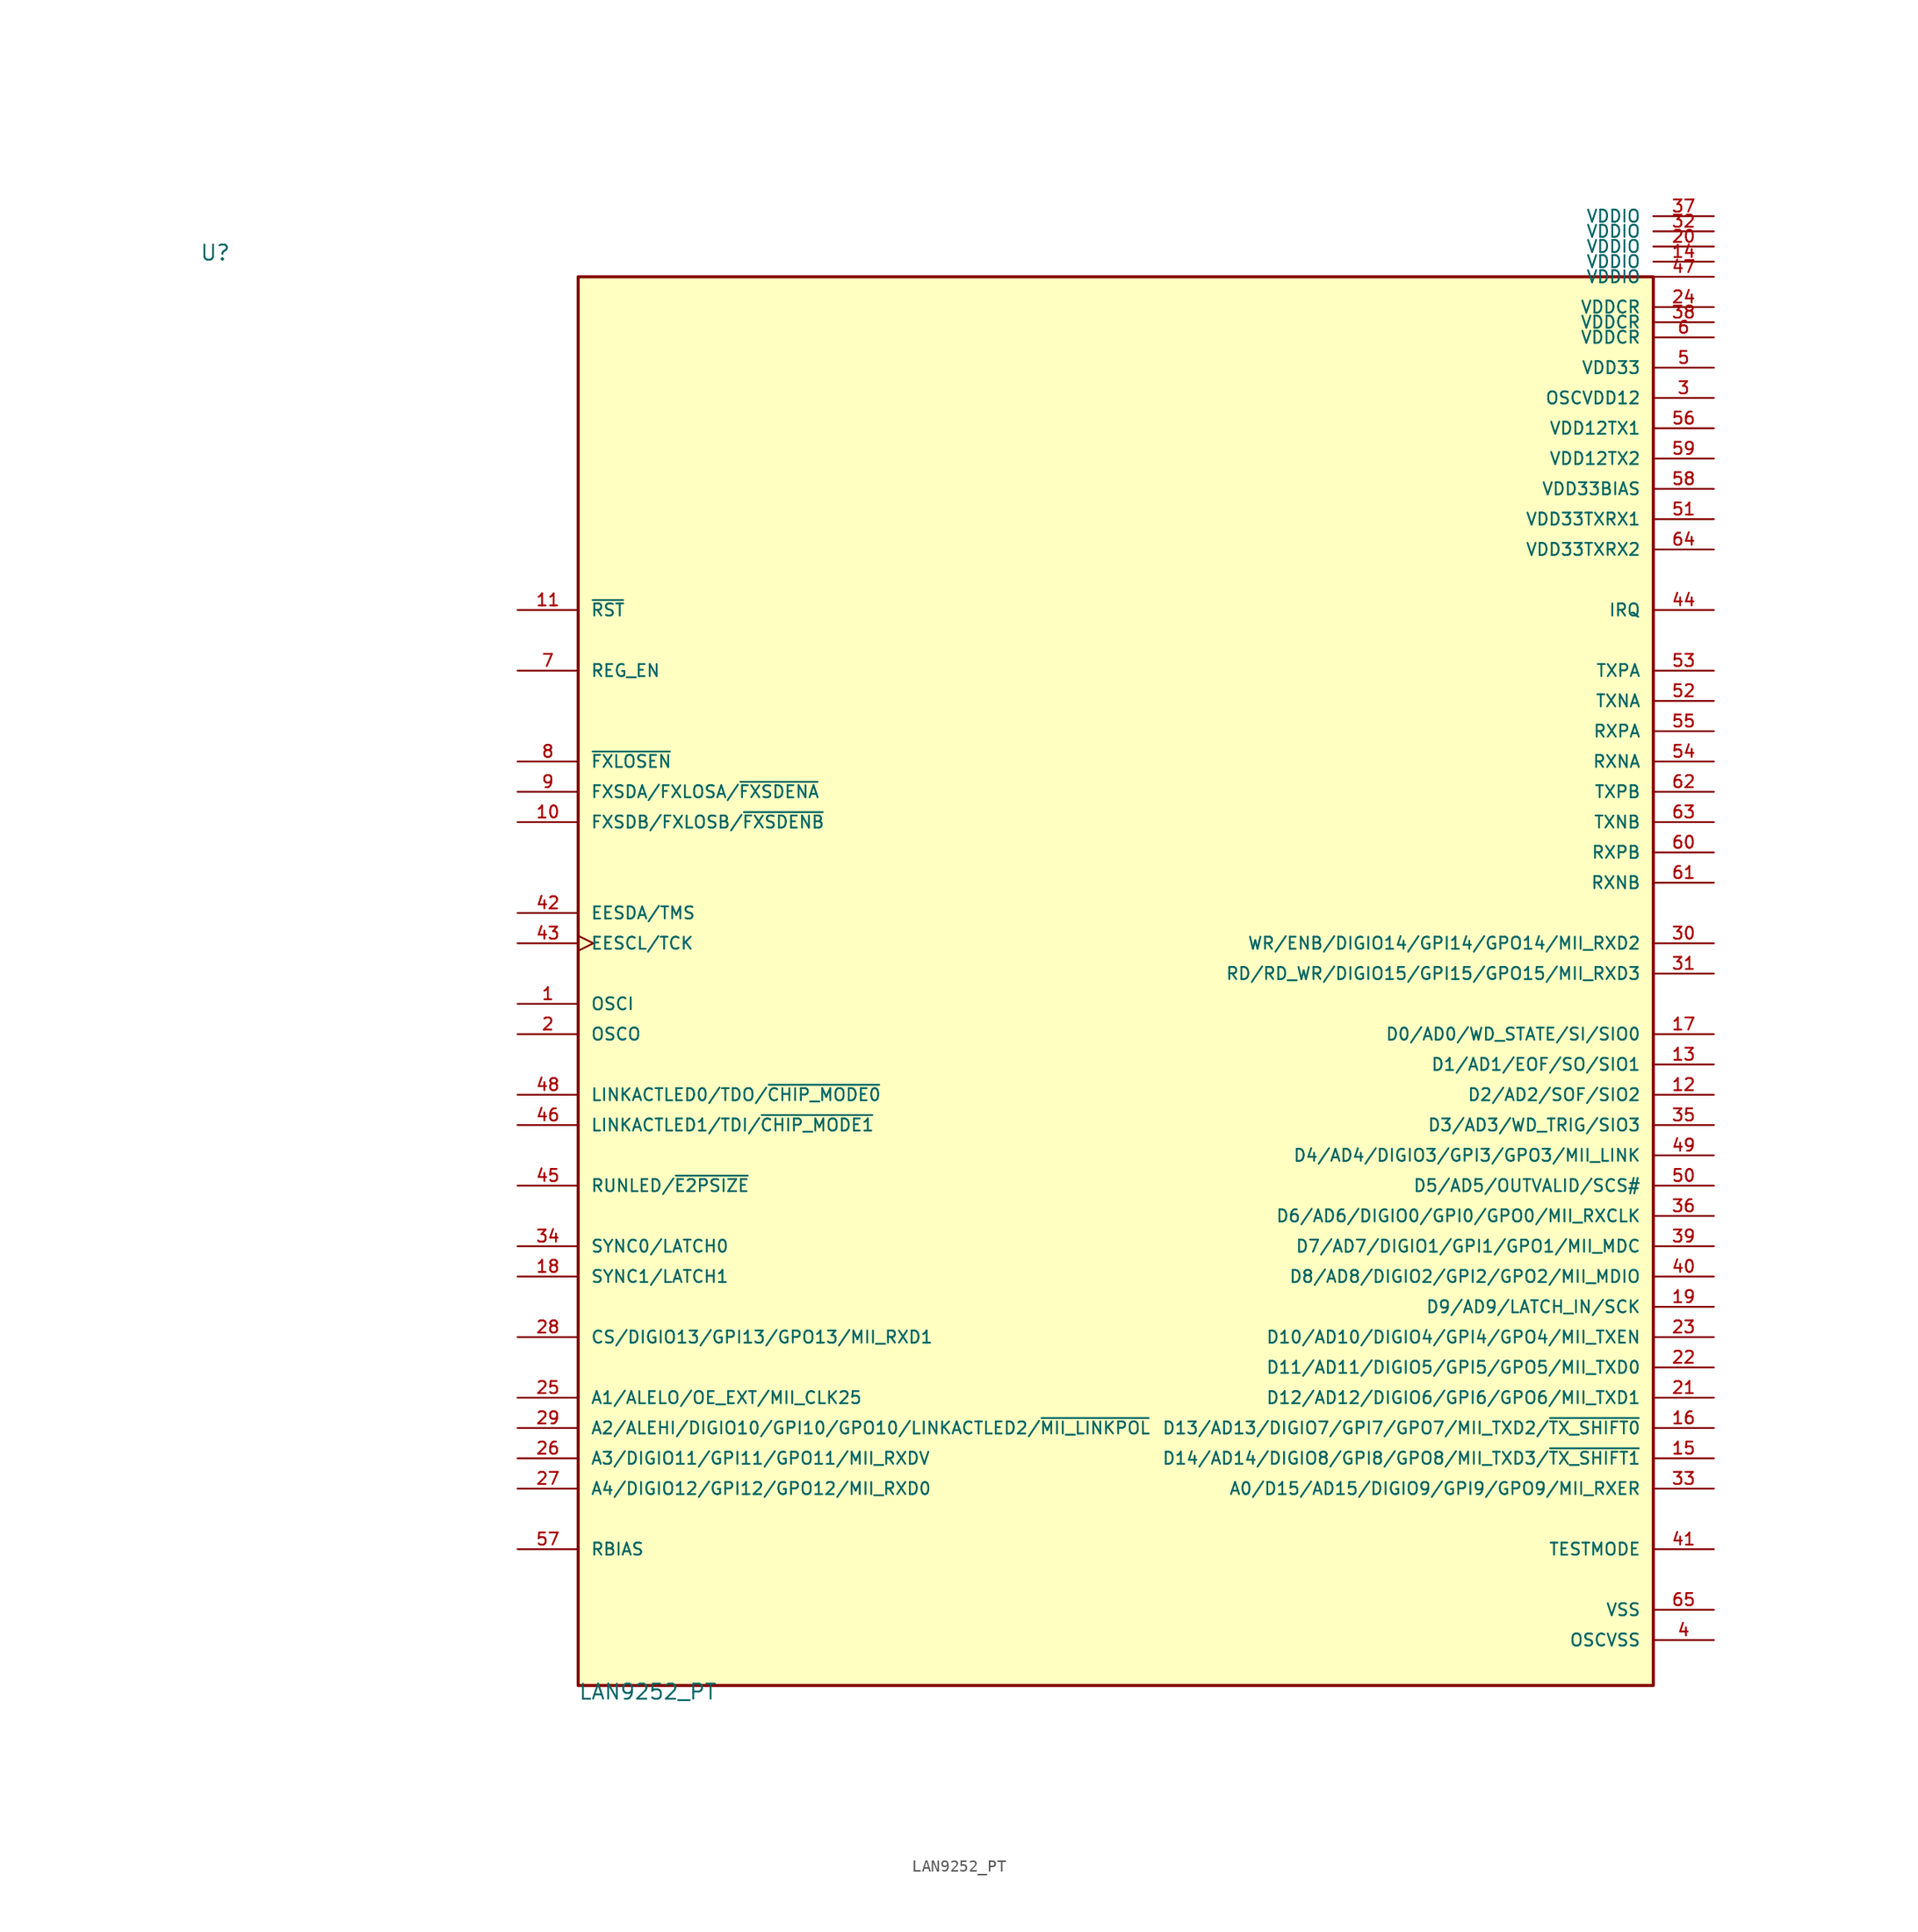
<source format=kicad_sym>
(kicad_symbol_lib
  (version 20220914)
  (generator kicad_symbol_editor)
  (symbol "LAN9252_PT"
    (pin_names
      (offset 1.016))
    (property "Reference" "U"
      (at -60.96 59.69 0)
      (effects (font (size 1.27 1.27)) (justify left bottom)))
    (property "Value" "LAN9252_PT"
      (at -29.21 -60.96 0)
      (effects (font (size 1.27 1.27)) (justify left bottom)))
    (symbol "LAN9252_PT_0_0"
      (rectangle (start -29.21 58.42) (end 60.96 -59.69) (stroke (width 0.254) (type default)) (fill (type background)))
      (pin input line (at -34.29 -2.54 0) (length 5.08) (name "OSCI" (effects (font (size 1.016 1.016)))) (number "1" (effects (font (size 1.016 1.016)))))
      (pin input line (at -34.29 12.7 0) (length 5.08) (name "FXSDB/FXLOSB/~{FXSDENB}" (effects (font (size 1.016 1.016)))) (number "10" (effects (font (size 1.016 1.016)))))
      (pin input line (at -34.29 30.48 0) (length 5.08) (name "~{RST}" (effects (font (size 1.016 1.016)))) (number "11" (effects (font (size 1.016 1.016)))))
      (pin bidirectional line (at 66.04 -10.16 180) (length 5.08) (name "D2/AD2/SOF/SIO2" (effects (font (size 1.016 1.016)))) (number "12" (effects (font (size 1.016 1.016)))))
      (pin bidirectional line (at 66.04 -7.62 180) (length 5.08) (name "D1/AD1/EOF/SO/SIO1" (effects (font (size 1.016 1.016)))) (number "13" (effects (font (size 1.016 1.016)))))
      (pin power_in line (at 66.04 59.69 180) (length 5.08) (name "VDDIO" (effects (font (size 1.016 1.016)))) (number "14" (effects (font (size 1.016 1.016)))))
      (pin bidirectional line (at 66.04 -40.64 180) (length 5.08) (name "D14/AD14/DIGIO8/GPI8/GPO8/MII_TXD3/~{TX_SHIFT1}" (effects (font (size 1.016 1.016)))) (number "15" (effects (font (size 1.016 1.016)))))
      (pin bidirectional line (at 66.04 -38.1 180) (length 5.08) (name "D13/AD13/DIGIO7/GPI7/GPO7/MII_TXD2/~{TX_SHIFT0}" (effects (font (size 1.016 1.016)))) (number "16" (effects (font (size 1.016 1.016)))))
      (pin bidirectional line (at 66.04 -5.08 180) (length 5.08) (name "D0/AD0/WD_STATE/SI/SIO0" (effects (font (size 1.016 1.016)))) (number "17" (effects (font (size 1.016 1.016)))))
      (pin bidirectional line (at -34.29 -25.4 0) (length 5.08) (name "SYNC1/LATCH1" (effects (font (size 1.016 1.016)))) (number "18" (effects (font (size 1.016 1.016)))))
      (pin bidirectional line (at 66.04 -27.94 180) (length 5.08) (name "D9/AD9/LATCH_IN/SCK" (effects (font (size 1.016 1.016)))) (number "19" (effects (font (size 1.016 1.016)))))
      (pin output line (at -34.29 -5.08 0) (length 5.08) (name "OSCO" (effects (font (size 1.016 1.016)))) (number "2" (effects (font (size 1.016 1.016)))))
      (pin power_in line (at 66.04 60.96 180) (length 5.08) (name "VDDIO" (effects (font (size 1.016 1.016)))) (number "20" (effects (font (size 1.016 1.016)))))
      (pin bidirectional line (at 66.04 -35.56 180) (length 5.08) (name "D12/AD12/DIGIO6/GPI6/GPO6/MII_TXD1" (effects (font (size 1.016 1.016)))) (number "21" (effects (font (size 1.016 1.016)))))
      (pin bidirectional line (at 66.04 -33.02 180) (length 5.08) (name "D11/AD11/DIGIO5/GPI5/GPO5/MII_TXD0" (effects (font (size 1.016 1.016)))) (number "22" (effects (font (size 1.016 1.016)))))
      (pin bidirectional line (at 66.04 -30.48 180) (length 5.08) (name "D10/AD10/DIGIO4/GPI4/GPO4/MII_TXEN" (effects (font (size 1.016 1.016)))) (number "23" (effects (font (size 1.016 1.016)))))
      (pin power_in line (at 66.04 55.88 180) (length 5.08) (name "VDDCR" (effects (font (size 1.016 1.016)))) (number "24" (effects (font (size 1.016 1.016)))))
      (pin bidirectional line (at -34.29 -35.56 0) (length 5.08) (name "A1/ALELO/OE_EXT/MII_CLK25" (effects (font (size 1.016 1.016)))) (number "25" (effects (font (size 1.016 1.016)))))
      (pin bidirectional line (at -34.29 -40.64 0) (length 5.08) (name "A3/DIGIO11/GPI11/GPO11/MII_RXDV" (effects (font (size 1.016 1.016)))) (number "26" (effects (font (size 1.016 1.016)))))
      (pin bidirectional line (at -34.29 -43.18 0) (length 5.08) (name "A4/DIGIO12/GPI12/GPO12/MII_RXD0" (effects (font (size 1.016 1.016)))) (number "27" (effects (font (size 1.016 1.016)))))
      (pin bidirectional line (at -34.29 -30.48 0) (length 5.08) (name "CS/DIGIO13/GPI13/GPO13/MII_RXD1" (effects (font (size 1.016 1.016)))) (number "28" (effects (font (size 1.016 1.016)))))
      (pin bidirectional line (at -34.29 -38.1 0) (length 5.08) (name "A2/ALEHI/DIGIO10/GPI10/GPO10/LINKACTLED2/~{MII_LINKPOL}" (effects (font (size 1.016 1.016)))) (number "29" (effects (font (size 1.016 1.016)))))
      (pin power_in line (at 66.04 48.26 180) (length 5.08) (name "OSCVDD12" (effects (font (size 1.016 1.016)))) (number "3" (effects (font (size 1.016 1.016)))))
      (pin bidirectional line (at 66.04 2.54 180) (length 5.08) (name "WR/ENB/DIGIO14/GPI14/GPO14/MII_RXD2" (effects (font (size 1.016 1.016)))) (number "30" (effects (font (size 1.016 1.016)))))
      (pin bidirectional line (at 66.04 0 180) (length 5.08) (name "RD/RD_WR/DIGIO15/GPI15/GPO15/MII_RXD3" (effects (font (size 1.016 1.016)))) (number "31" (effects (font (size 1.016 1.016)))))
      (pin power_in line (at 66.04 62.23 180) (length 5.08) (name "VDDIO" (effects (font (size 1.016 1.016)))) (number "32" (effects (font (size 1.016 1.016)))))
      (pin bidirectional line (at 66.04 -43.18 180) (length 5.08) (name "A0/D15/AD15/DIGIO9/GPI9/GPO9/MII_RXER" (effects (font (size 1.016 1.016)))) (number "33" (effects (font (size 1.016 1.016)))))
      (pin bidirectional line (at -34.29 -22.86 0) (length 5.08) (name "SYNC0/LATCH0" (effects (font (size 1.016 1.016)))) (number "34" (effects (font (size 1.016 1.016)))))
      (pin bidirectional line (at 66.04 -12.7 180) (length 5.08) (name "D3/AD3/WD_TRIG/SIO3" (effects (font (size 1.016 1.016)))) (number "35" (effects (font (size 1.016 1.016)))))
      (pin bidirectional line (at 66.04 -20.32 180) (length 5.08) (name "D6/AD6/DIGIO0/GPI0/GPO0/MII_RXCLK" (effects (font (size 1.016 1.016)))) (number "36" (effects (font (size 1.016 1.016)))))
      (pin power_in line (at 66.04 63.5 180) (length 5.08) (name "VDDIO" (effects (font (size 1.016 1.016)))) (number "37" (effects (font (size 1.016 1.016)))))
      (pin power_in line (at 66.04 54.61 180) (length 5.08) (name "VDDCR" (effects (font (size 1.016 1.016)))) (number "38" (effects (font (size 1.016 1.016)))))
      (pin bidirectional line (at 66.04 -22.86 180) (length 5.08) (name "D7/AD7/DIGIO1/GPI1/GPO1/MII_MDC" (effects (font (size 1.016 1.016)))) (number "39" (effects (font (size 1.016 1.016)))))
      (pin power_in line (at 66.04 -55.88 180) (length 5.08) (name "OSCVSS" (effects (font (size 1.016 1.016)))) (number "4" (effects (font (size 1.016 1.016)))))
      (pin bidirectional line (at 66.04 -25.4 180) (length 5.08) (name "D8/AD8/DIGIO2/GPI2/GPO2/MII_MDIO" (effects (font (size 1.016 1.016)))) (number "40" (effects (font (size 1.016 1.016)))))
      (pin input line (at 66.04 -48.26 180) (length 5.08) (name "TESTMODE" (effects (font (size 1.016 1.016)))) (number "41" (effects (font (size 1.016 1.016)))))
      (pin bidirectional line (at -34.29 5.08 0) (length 5.08) (name "EESDA/TMS" (effects (font (size 1.016 1.016)))) (number "42" (effects (font (size 1.016 1.016)))))
      (pin output clock (at -34.29 2.54 0) (length 5.08) (name "EESCL/TCK" (effects (font (size 1.016 1.016)))) (number "43" (effects (font (size 1.016 1.016)))))
      (pin output line (at 66.04 30.48 180) (length 5.08) (name "IRQ" (effects (font (size 1.016 1.016)))) (number "44" (effects (font (size 1.016 1.016)))))
      (pin bidirectional line (at -34.29 -17.78 0) (length 5.08) (name "RUNLED/~{E2PSIZE}" (effects (font (size 1.016 1.016)))) (number "45" (effects (font (size 1.016 1.016)))))
      (pin input line (at -34.29 -12.7 0) (length 5.08) (name "LINKACTLED1/TDI/~{CHIP_MODE1}" (effects (font (size 1.016 1.016)))) (number "46" (effects (font (size 1.016 1.016)))))
      (pin power_in line (at 66.04 58.42 180) (length 5.08) (name "VDDIO" (effects (font (size 1.016 1.016)))) (number "47" (effects (font (size 1.016 1.016)))))
      (pin output line (at -34.29 -10.16 0) (length 5.08) (name "LINKACTLED0/TDO/~{CHIP_MODE0}" (effects (font (size 1.016 1.016)))) (number "48" (effects (font (size 1.016 1.016)))))
      (pin bidirectional line (at 66.04 -15.24 180) (length 5.08) (name "D4/AD4/DIGIO3/GPI3/GPO3/MII_LINK" (effects (font (size 1.016 1.016)))) (number "49" (effects (font (size 1.016 1.016)))))
      (pin power_in line (at 66.04 50.8 180) (length 5.08) (name "VDD33" (effects (font (size 1.016 1.016)))) (number "5" (effects (font (size 1.016 1.016)))))
      (pin bidirectional line (at 66.04 -17.78 180) (length 5.08) (name "D5/AD5/OUTVALID/SCS#" (effects (font (size 1.016 1.016)))) (number "50" (effects (font (size 1.016 1.016)))))
      (pin power_in line (at 66.04 38.1 180) (length 5.08) (name "VDD33TXRX1" (effects (font (size 1.016 1.016)))) (number "51" (effects (font (size 1.016 1.016)))))
      (pin bidirectional line (at 66.04 22.86 180) (length 5.08) (name "TXNA" (effects (font (size 1.016 1.016)))) (number "52" (effects (font (size 1.016 1.016)))))
      (pin bidirectional line (at 66.04 25.4 180) (length 5.08) (name "TXPA" (effects (font (size 1.016 1.016)))) (number "53" (effects (font (size 1.016 1.016)))))
      (pin bidirectional line (at 66.04 17.78 180) (length 5.08) (name "RXNA" (effects (font (size 1.016 1.016)))) (number "54" (effects (font (size 1.016 1.016)))))
      (pin bidirectional line (at 66.04 20.32 180) (length 5.08) (name "RXPA" (effects (font (size 1.016 1.016)))) (number "55" (effects (font (size 1.016 1.016)))))
      (pin power_in line (at 66.04 45.72 180) (length 5.08) (name "VDD12TX1" (effects (font (size 1.016 1.016)))) (number "56" (effects (font (size 1.016 1.016)))))
      (pin passive line (at -34.29 -48.26 0) (length 5.08) (name "RBIAS" (effects (font (size 1.016 1.016)))) (number "57" (effects (font (size 1.016 1.016)))))
      (pin power_in line (at 66.04 40.64 180) (length 5.08) (name "VDD33BIAS" (effects (font (size 1.016 1.016)))) (number "58" (effects (font (size 1.016 1.016)))))
      (pin power_in line (at 66.04 43.18 180) (length 5.08) (name "VDD12TX2" (effects (font (size 1.016 1.016)))) (number "59" (effects (font (size 1.016 1.016)))))
      (pin power_in line (at 66.04 53.34 180) (length 5.08) (name "VDDCR" (effects (font (size 1.016 1.016)))) (number "6" (effects (font (size 1.016 1.016)))))
      (pin bidirectional line (at 66.04 10.16 180) (length 5.08) (name "RXPB" (effects (font (size 1.016 1.016)))) (number "60" (effects (font (size 1.016 1.016)))))
      (pin bidirectional line (at 66.04 7.62 180) (length 5.08) (name "RXNB" (effects (font (size 1.016 1.016)))) (number "61" (effects (font (size 1.016 1.016)))))
      (pin bidirectional line (at 66.04 15.24 180) (length 5.08) (name "TXPB" (effects (font (size 1.016 1.016)))) (number "62" (effects (font (size 1.016 1.016)))))
      (pin bidirectional line (at 66.04 12.7 180) (length 5.08) (name "TXNB" (effects (font (size 1.016 1.016)))) (number "63" (effects (font (size 1.016 1.016)))))
      (pin power_in line (at 66.04 35.56 180) (length 5.08) (name "VDD33TXRX2" (effects (font (size 1.016 1.016)))) (number "64" (effects (font (size 1.016 1.016)))))
      (pin power_in line (at 66.04 -53.34 180) (length 5.08) (name "VSS" (effects (font (size 1.016 1.016)))) (number "65" (effects (font (size 1.016 1.016)))))
      (pin input line (at -34.29 25.4 0) (length 5.08) (name "REG_EN" (effects (font (size 1.016 1.016)))) (number "7" (effects (font (size 1.016 1.016)))))
      (pin input line (at -34.29 17.78 0) (length 5.08) (name "~{FXLOSEN}" (effects (font (size 1.016 1.016)))) (number "8" (effects (font (size 1.016 1.016)))))
      (pin input line (at -34.29 15.24 0) (length 5.08) (name "FXSDA/FXLOSA/~{FXSDENA}" (effects (font (size 1.016 1.016)))) (number "9" (effects (font (size 1.016 1.016))))))))
</source>
